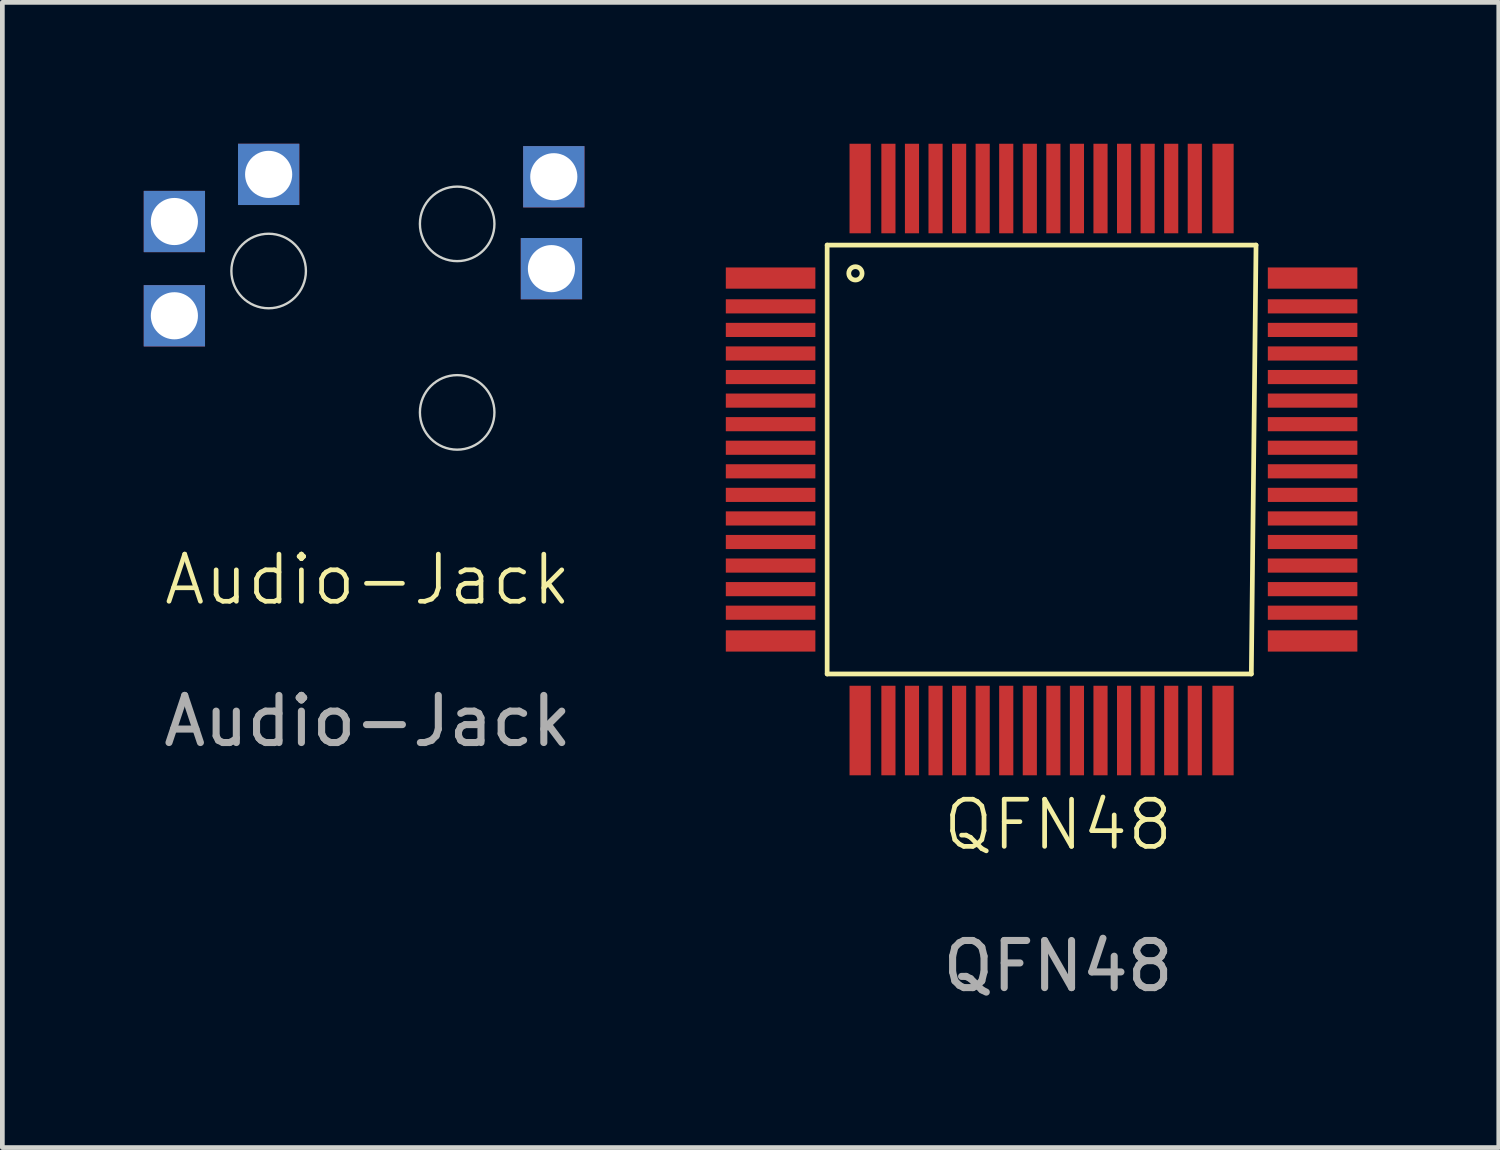
<source format=kicad_pcb>
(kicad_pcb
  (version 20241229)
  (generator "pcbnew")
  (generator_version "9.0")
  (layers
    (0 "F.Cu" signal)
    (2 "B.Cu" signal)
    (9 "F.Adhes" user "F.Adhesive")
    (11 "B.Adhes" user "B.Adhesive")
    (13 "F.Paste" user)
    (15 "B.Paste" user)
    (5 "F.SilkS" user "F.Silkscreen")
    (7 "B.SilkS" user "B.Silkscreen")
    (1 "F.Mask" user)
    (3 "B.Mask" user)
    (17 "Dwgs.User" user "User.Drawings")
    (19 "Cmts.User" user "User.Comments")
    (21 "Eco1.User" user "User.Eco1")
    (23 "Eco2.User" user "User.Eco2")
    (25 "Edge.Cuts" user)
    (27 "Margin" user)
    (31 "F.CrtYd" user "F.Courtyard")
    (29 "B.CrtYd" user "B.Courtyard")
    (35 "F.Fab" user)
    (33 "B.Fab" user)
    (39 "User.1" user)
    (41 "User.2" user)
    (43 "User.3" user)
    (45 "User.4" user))
  (footprint "Audio-Jack"
    (layer "F.Cu")
    (at 4.75 3.65)
    (property "Reference" "Audio-Jack" (at 0 5.6 0) (unlocked yes) (layer "F.SilkS") (effects (font (size 1 1) (thickness 0.1))))
    (attr smd)
    (fp_circle (center -2.1 -0.95) (end -1.65 -0.3) (stroke (width 0.05) (type default)) (fill no) (layer "Edge.Cuts"))
    (fp_circle (center 1.9 -1.95) (end 2.35 -1.3) (stroke (width 0.05) (type default)) (fill no) (layer "Edge.Cuts"))
    (fp_circle (center 1.9 2.05) (end 2.35 2.7) (stroke (width 0.05) (type default)) (fill no) (layer "Edge.Cuts"))
    (fp_text user "${REFERENCE}" (at 0 8.6 0) (unlocked yes) (layer "F.Fab") (effects (font (size 1 1) (thickness 0.15))))
    (pad "1" thru_hole rect (at 3.95 -2.95) (size 1.3 1.3) (drill 1) (layers "*.Cu" "*.Mask"))
    (pad "2" thru_hole rect (at 3.9 -1) (size 1.3 1.3) (drill 1) (layers "*.Cu" "*.Mask"))
    (pad "3" thru_hole rect (at -2.1 -3) (size 1.3 1.3) (drill 1) (layers "*.Cu" "*.Mask"))
    (pad "4" thru_hole rect (at -4.1 -2) (size 1.3 1.3) (drill 1) (layers "*.Cu" "*.Mask"))
    (pad "5" thru_hole rect (at -4.1 0) (size 1.3 1.3) (drill 1) (layers "*.Cu" "*.Mask")))
  (footprint "QFN48"
    (layer "F.Cu")
    (at 19.3 6.45)
    (property "Reference" "QFN48" (at 0.1 8 0) (unlocked yes) (layer "F.SilkS") (effects (font (size 1 1) (thickness 0.1))))
    (attr smd)
    (fp_line (start -4.8 -4.3) (end 4.3 -4.3) (stroke (width 0.1) (type default)) (layer "F.SilkS"))
    (fp_line (start -4.8 4.8) (end -4.8 -4.3) (stroke (width 0.1) (type default)) (layer "F.SilkS"))
    (fp_line (start 4.2 4.8) (end -4.8 4.8) (stroke (width 0.1) (type default)) (layer "F.SilkS"))
    (fp_line (start 4.3 -4.3) (end 4.2 4.8) (stroke (width 0.1) (type default)) (layer "F.SilkS"))
    (fp_circle (center -4.2 -3.7) (end -4.1 -3.6) (stroke (width 0.1) (type default)) (fill no) (layer "F.SilkS"))
    (fp_text user "${REFERENCE}" (at 0.1 11 0) (unlocked yes) (layer "F.Fab") (effects (font (size 1 1) (thickness 0.15))))
    (pad "1" smd rect (at -6 -3.6 180) (size 1.9 0.45) (layers "F.Cu" "F.Mask" "F.Paste"))
    (pad "2" smd rect (at -6 -3 180) (size 1.9 0.3) (layers "F.Cu" "F.Mask" "F.Paste"))
    (pad "3" smd rect (at -6 -2.5) (size 1.9 0.3) (layers "F.Cu" "F.Mask" "F.Paste"))
    (pad "4" smd rect (at -6 -2 180) (size 1.9 0.3) (layers "F.Cu" "F.Mask" "F.Paste"))
    (pad "5" smd rect (at -6 -1.5 180) (size 1.9 0.3) (layers "F.Cu" "F.Mask" "F.Paste"))
    (pad "6" smd rect (at -6 -1 180) (size 1.9 0.3) (layers "F.Cu" "F.Mask" "F.Paste"))
    (pad "7" smd rect (at -6 -0.5 180) (size 1.9 0.3) (layers "F.Cu" "F.Mask" "F.Paste"))
    (pad "8" smd rect (at -6 0 180) (size 1.9 0.3) (layers "F.Cu" "F.Mask" "F.Paste"))
    (pad "9" smd rect (at -6 0.5 180) (size 1.9 0.3) (layers "F.Cu" "F.Mask" "F.Paste"))
    (pad "10" smd rect (at -6 1 180) (size 1.9 0.3) (layers "F.Cu" "F.Mask" "F.Paste"))
    (pad "11" smd rect (at -6 1.5 180) (size 1.9 0.3) (layers "F.Cu" "F.Mask" "F.Paste"))
    (pad "12" smd rect (at -6 2 180) (size 1.9 0.3) (layers "F.Cu" "F.Mask" "F.Paste"))
    (pad "13" smd rect (at -6 2.5 180) (size 1.9 0.3) (layers "F.Cu" "F.Mask" "F.Paste"))
    (pad "14" smd rect (at -6 3 180) (size 1.9 0.3) (layers "F.Cu" "F.Mask" "F.Paste"))
    (pad "15" smd rect (at -6 3.5 180) (size 1.9 0.3) (layers "F.Cu" "F.Mask" "F.Paste"))
    (pad "16" smd rect (at -6 4.1 180) (size 1.9 0.45) (layers "F.Cu" "F.Mask" "F.Paste"))
    (pad "17" smd rect (at -4.1 6 270) (size 1.9 0.45) (layers "F.Cu" "F.Mask" "F.Paste"))
    (pad "18" smd rect (at -3.5 6 270) (size 1.9 0.3) (layers "F.Cu" "F.Mask" "F.Paste"))
    (pad "19" smd rect (at -3 6 270) (size 1.9 0.3) (layers "F.Cu" "F.Mask" "F.Paste"))
    (pad "20" smd rect (at -2.5 6 270) (size 1.9 0.3) (layers "F.Cu" "F.Mask" "F.Paste"))
    (pad "21" smd rect (at -2 6 270) (size 1.9 0.3) (layers "F.Cu" "F.Mask" "F.Paste"))
    (pad "22" smd rect (at -1.5 6 270) (size 1.9 0.3) (layers "F.Cu" "F.Mask" "F.Paste"))
    (pad "23" smd rect (at -1 6 270) (size 1.9 0.3) (layers "F.Cu" "F.Mask" "F.Paste"))
    (pad "24" smd rect (at -0.5 6 270) (size 1.9 0.3) (layers "F.Cu" "F.Mask" "F.Paste"))
    (pad "25" smd rect (at 0 6 270) (size 1.9 0.3) (layers "F.Cu" "F.Mask" "F.Paste"))
    (pad "26" smd rect (at 0.5 6 270) (size 1.9 0.3) (layers "F.Cu" "F.Mask" "F.Paste"))
    (pad "27" smd rect (at 1 6 270) (size 1.9 0.3) (layers "F.Cu" "F.Mask" "F.Paste"))
    (pad "28" smd rect (at 1.5 6 270) (size 1.9 0.3) (layers "F.Cu" "F.Mask" "F.Paste"))
    (pad "29" smd rect (at 2 6 270) (size 1.9 0.3) (layers "F.Cu" "F.Mask" "F.Paste"))
    (pad "30" smd rect (at 2.5 6 270) (size 1.9 0.3) (layers "F.Cu" "F.Mask" "F.Paste"))
    (pad "31" smd rect (at 3 6 270) (size 1.9 0.3) (layers "F.Cu" "F.Mask" "F.Paste"))
    (pad "32" smd rect (at 3.6 6 270) (size 1.9 0.45) (layers "F.Cu" "F.Mask" "F.Paste"))
    (pad "33" smd rect (at 5.5 4.1 180) (size 1.9 0.45) (layers "F.Cu" "F.Mask" "F.Paste"))
    (pad "34" smd rect (at 5.5 3.5 180) (size 1.9 0.3) (layers "F.Cu" "F.Mask" "F.Paste"))
    (pad "35" smd rect (at 5.5 3 180) (size 1.9 0.3) (layers "F.Cu" "F.Mask" "F.Paste"))
    (pad "36" smd rect (at 5.5 2.5 180) (size 1.9 0.3) (layers "F.Cu" "F.Mask" "F.Paste"))
    (pad "37" smd rect (at 5.5 2 180) (size 1.9 0.3) (layers "F.Cu" "F.Mask" "F.Paste"))
    (pad "38" smd rect (at 5.5 1.5 180) (size 1.9 0.3) (layers "F.Cu" "F.Mask" "F.Paste"))
    (pad "39" smd rect (at 5.5 1 180) (size 1.9 0.3) (layers "F.Cu" "F.Mask" "F.Paste"))
    (pad "40" smd rect (at 5.5 0.5 180) (size 1.9 0.3) (layers "F.Cu" "F.Mask" "F.Paste"))
    (pad "41" smd rect (at 5.5 0 180) (size 1.9 0.3) (layers "F.Cu" "F.Mask" "F.Paste"))
    (pad "42" smd rect (at 5.5 -0.5 180) (size 1.9 0.3) (layers "F.Cu" "F.Mask" "F.Paste"))
    (pad "43" smd rect (at 5.5 -1 180) (size 1.9 0.3) (layers "F.Cu" "F.Mask" "F.Paste"))
    (pad "44" smd rect (at 5.5 -1.5 180) (size 1.9 0.3) (layers "F.Cu" "F.Mask" "F.Paste"))
    (pad "45" smd rect (at 5.5 -2 180) (size 1.9 0.3) (layers "F.Cu" "F.Mask" "F.Paste"))
    (pad "46" smd rect (at 5.5 -2.5 180) (size 1.9 0.3) (layers "F.Cu" "F.Mask" "F.Paste"))
    (pad "47" smd rect (at 5.5 -3 180) (size 1.9 0.3) (layers "F.Cu" "F.Mask" "F.Paste"))
    (pad "48" smd rect (at 5.5 -3.6 180) (size 1.9 0.45) (layers "F.Cu" "F.Mask" "F.Paste"))
    (pad "49" smd rect (at 3.6 -5.5 270) (size 1.9 0.45) (layers "F.Cu" "F.Mask" "F.Paste"))
    (pad "50" smd rect (at 3 -5.5 270) (size 1.9 0.3) (layers "F.Cu" "F.Mask" "F.Paste"))
    (pad "51" smd rect (at 2.5 -5.5 270) (size 1.9 0.3) (layers "F.Cu" "F.Mask" "F.Paste"))
    (pad "52" smd rect (at 2 -5.5 270) (size 1.9 0.3) (layers "F.Cu" "F.Mask" "F.Paste"))
    (pad "53" smd rect (at 1.5 -5.5 270) (size 1.9 0.3) (layers "F.Cu" "F.Mask" "F.Paste"))
    (pad "54" smd rect (at 1 -5.5 270) (size 1.9 0.3) (layers "F.Cu" "F.Mask" "F.Paste"))
    (pad "55" smd rect (at 0.5 -5.5 270) (size 1.9 0.3) (layers "F.Cu" "F.Mask" "F.Paste"))
    (pad "56" smd rect (at 0 -5.5 270) (size 1.9 0.3) (layers "F.Cu" "F.Mask" "F.Paste"))
    (pad "57" smd rect (at -0.5 -5.5 270) (size 1.9 0.3) (layers "F.Cu" "F.Mask" "F.Paste"))
    (pad "58" smd rect (at -1 -5.5 270) (size 1.9 0.3) (layers "F.Cu" "F.Mask" "F.Paste"))
    (pad "59" smd rect (at -1.5 -5.5 270) (size 1.9 0.3) (layers "F.Cu" "F.Mask" "F.Paste"))
    (pad "60" smd rect (at -2 -5.5 270) (size 1.9 0.3) (layers "F.Cu" "F.Mask" "F.Paste"))
    (pad "61" smd rect (at -2.5 -5.5 270) (size 1.9 0.3) (layers "F.Cu" "F.Mask" "F.Paste"))
    (pad "62" smd rect (at -3 -5.5 270) (size 1.9 0.3) (layers "F.Cu" "F.Mask" "F.Paste"))
    (pad "63" smd rect (at -3.5 -5.5 270) (size 1.9 0.3) (layers "F.Cu" "F.Mask" "F.Paste"))
    (pad "64" smd rect (at -4.1 -5.5 270) (size 1.9 0.45) (layers "F.Cu" "F.Mask" "F.Paste")))
  (gr_rect
    (start -3 -3)
    (end 28.75 21.298)
    (stroke (width 0.1) (type default))
    (fill no)
    (layer "Edge.Cuts")))
</source>
